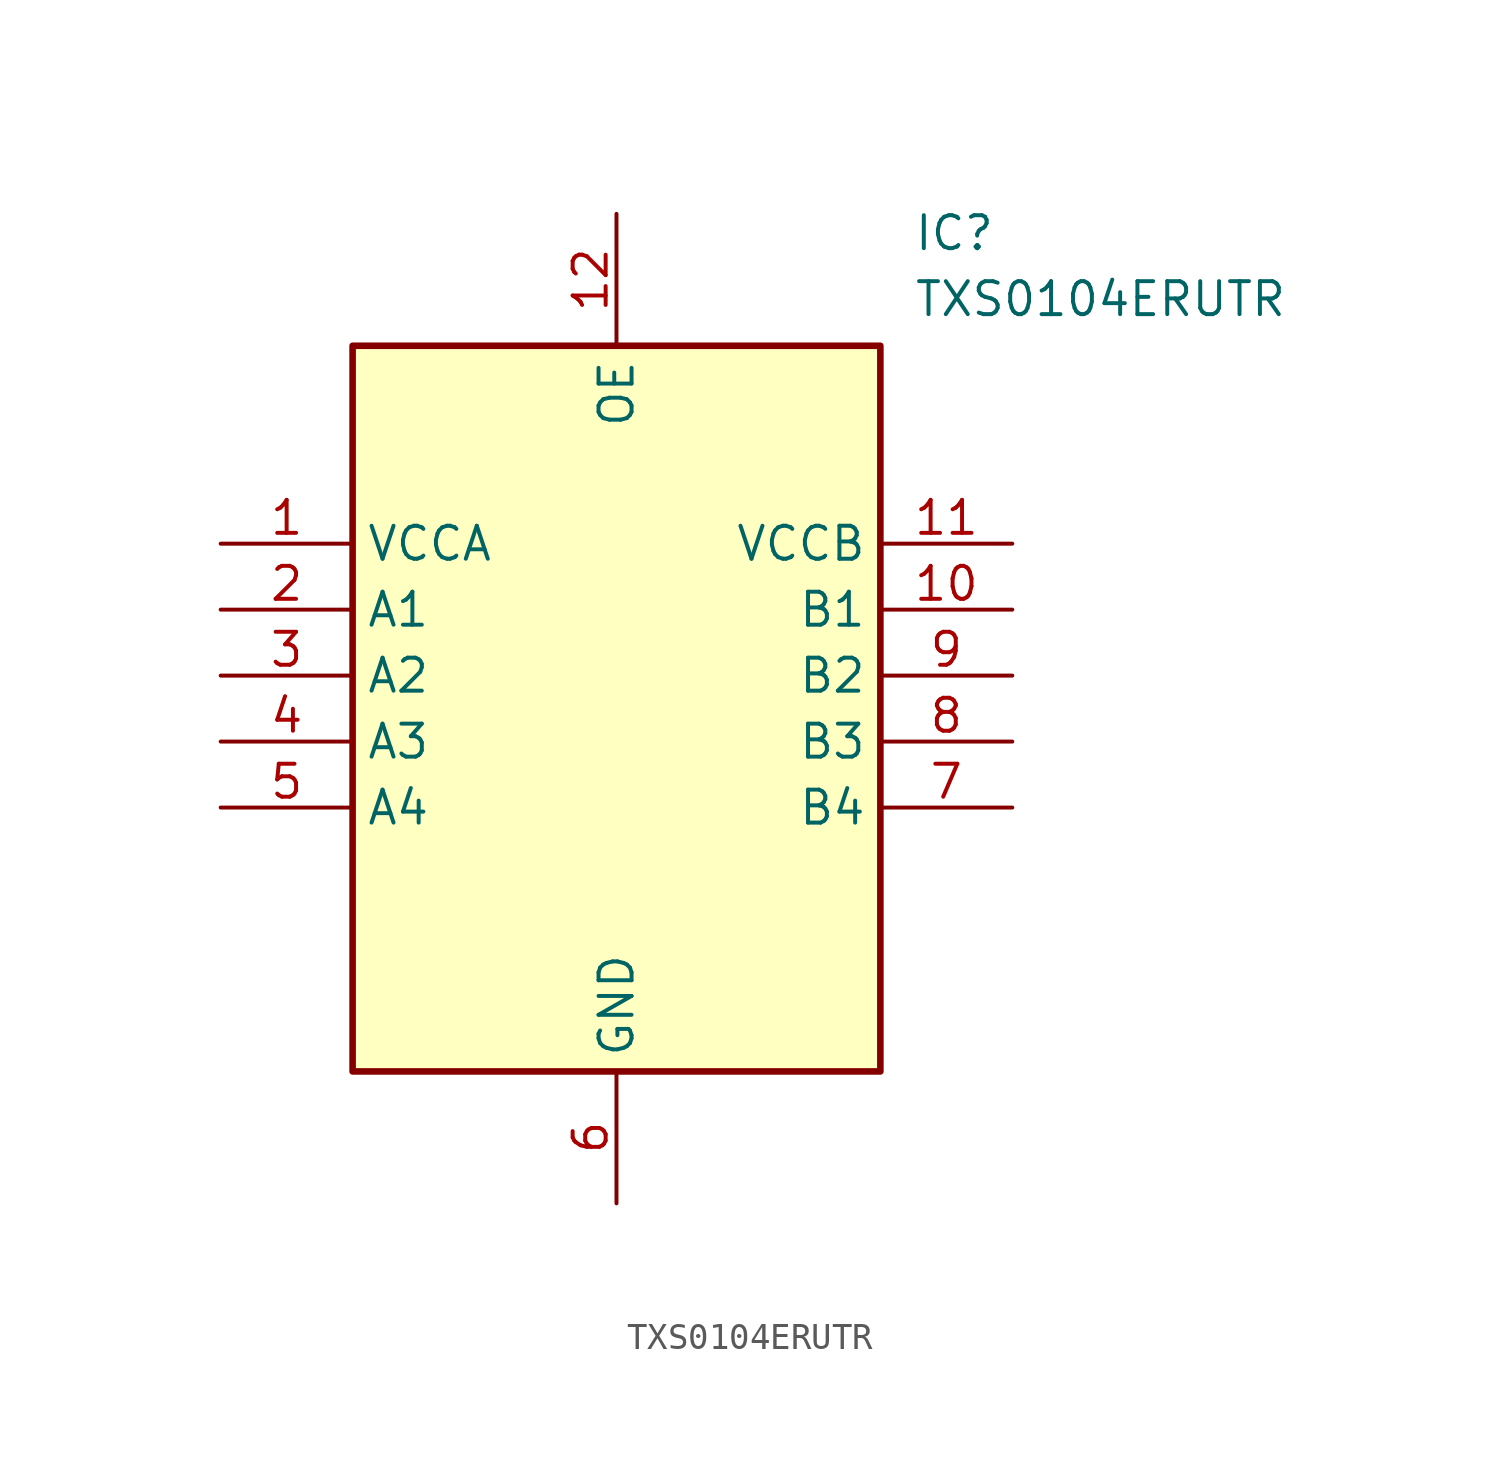
<source format=kicad_sym>
(kicad_symbol_lib
  (version 20241209)
  (generator "kicad_symbol_editor")
  (generator_version "9.0")
  (symbol "TXS0104ERUTR"
    (property "Reference" "IC"
      (at 26.67 12.7 0)
      (effects (font (size 1.27 1.27)) (justify left top)))
    (property "Value" "TXS0104ERUTR"
      (at 26.67 10.16 0)
      (effects (font (size 1.27 1.27)) (justify left top)))
    (symbol "TXS0104ERUTR_1_1"
      (rectangle (start 5.08 7.62) (end 25.4 -20.32) (stroke (width 0.254) (type default)) (fill (type background)))
      (pin passive line (at 0 0 0) (length 5.08) (name "VCCA" (effects (font (size 1.27 1.27)))) (number "1" (effects (font (size 1.27 1.27)))))
      (pin passive line (at 0 -2.54 0) (length 5.08) (name "A1" (effects (font (size 1.27 1.27)))) (number "2" (effects (font (size 1.27 1.27)))))
      (pin passive line (at 0 -5.08 0) (length 5.08) (name "A2" (effects (font (size 1.27 1.27)))) (number "3" (effects (font (size 1.27 1.27)))))
      (pin passive line (at 0 -7.62 0) (length 5.08) (name "A3" (effects (font (size 1.27 1.27)))) (number "4" (effects (font (size 1.27 1.27)))))
      (pin passive line (at 0 -10.16 0) (length 5.08) (name "A4" (effects (font (size 1.27 1.27)))) (number "5" (effects (font (size 1.27 1.27)))))
      (pin passive line (at 15.24 12.7 270) (length 5.08) (name "OE" (effects (font (size 1.27 1.27)))) (number "12" (effects (font (size 1.27 1.27)))))
      (pin passive line (at 15.24 -25.4 90) (length 5.08) (name "GND" (effects (font (size 1.27 1.27)))) (number "6" (effects (font (size 1.27 1.27)))))
      (pin passive line (at 30.48 0 180) (length 5.08) (name "VCCB" (effects (font (size 1.27 1.27)))) (number "11" (effects (font (size 1.27 1.27)))))
      (pin passive line (at 30.48 -2.54 180) (length 5.08) (name "B1" (effects (font (size 1.27 1.27)))) (number "10" (effects (font (size 1.27 1.27)))))
      (pin passive line (at 30.48 -5.08 180) (length 5.08) (name "B2" (effects (font (size 1.27 1.27)))) (number "9" (effects (font (size 1.27 1.27)))))
      (pin passive line (at 30.48 -7.62 180) (length 5.08) (name "B3" (effects (font (size 1.27 1.27)))) (number "8" (effects (font (size 1.27 1.27)))))
      (pin passive line (at 30.48 -10.16 180) (length 5.08) (name "B4" (effects (font (size 1.27 1.27)))) (number "7" (effects (font (size 1.27 1.27))))))))
</source>
